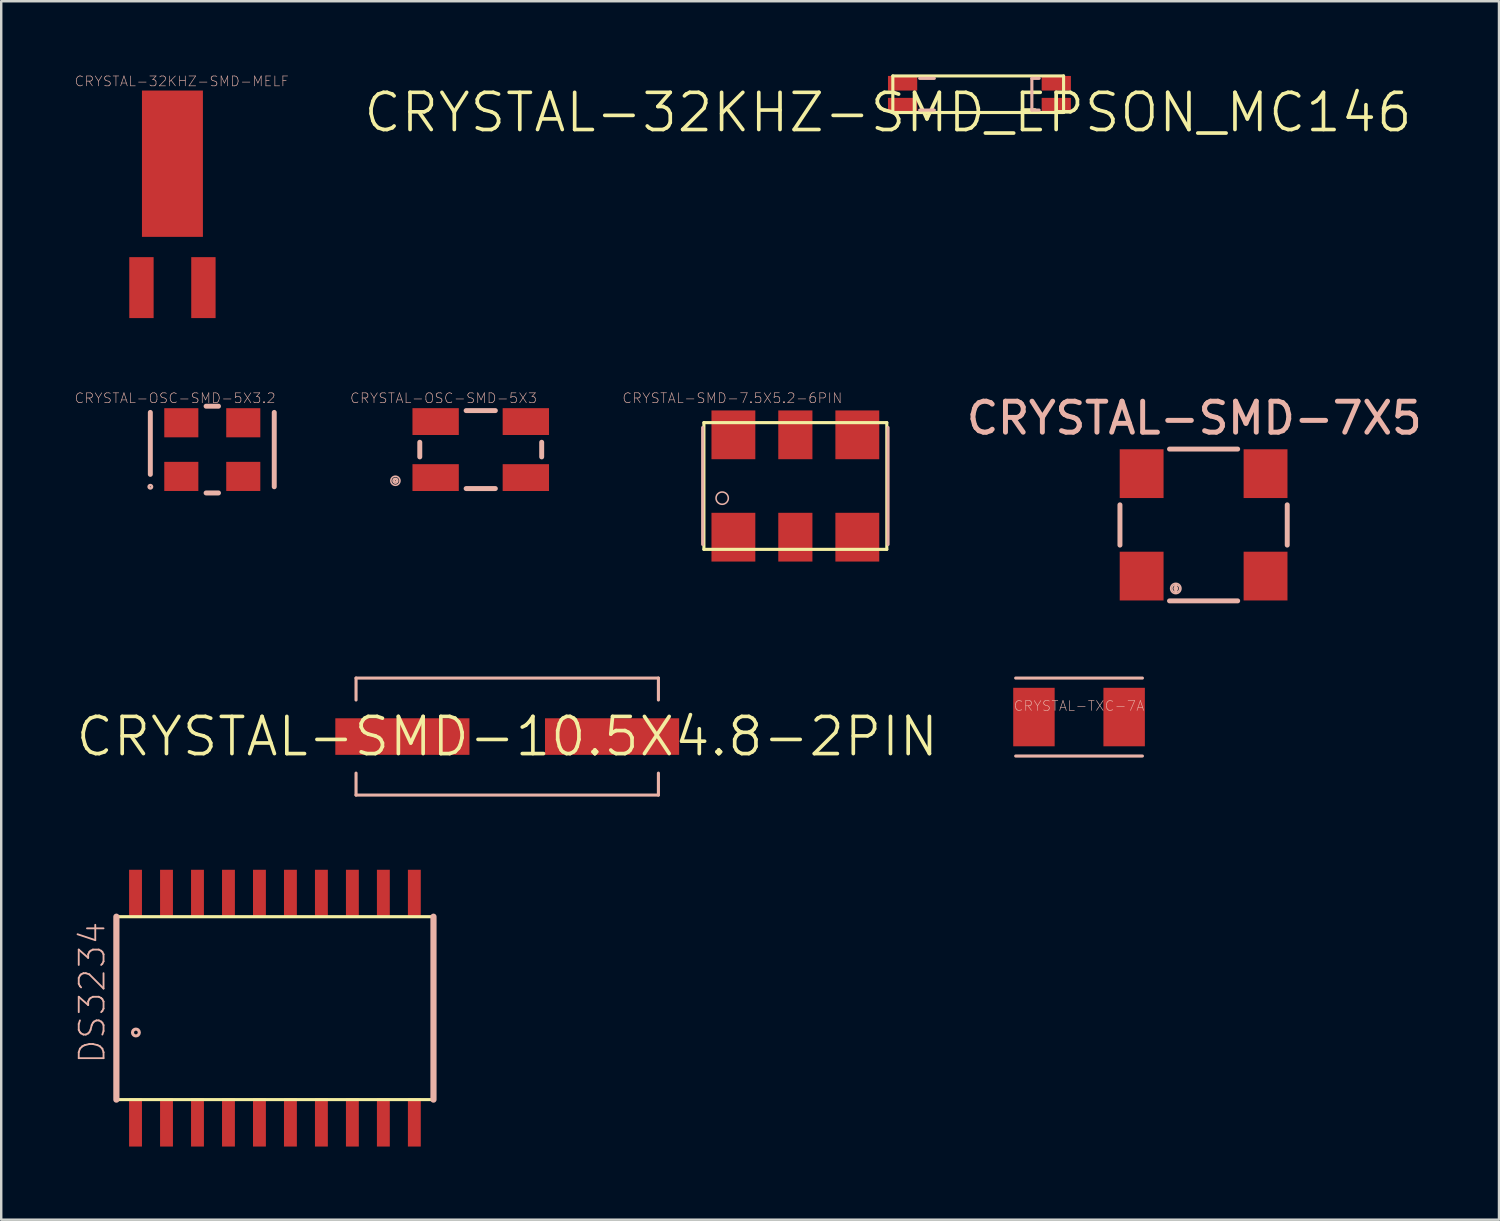
<source format=kicad_pcb>
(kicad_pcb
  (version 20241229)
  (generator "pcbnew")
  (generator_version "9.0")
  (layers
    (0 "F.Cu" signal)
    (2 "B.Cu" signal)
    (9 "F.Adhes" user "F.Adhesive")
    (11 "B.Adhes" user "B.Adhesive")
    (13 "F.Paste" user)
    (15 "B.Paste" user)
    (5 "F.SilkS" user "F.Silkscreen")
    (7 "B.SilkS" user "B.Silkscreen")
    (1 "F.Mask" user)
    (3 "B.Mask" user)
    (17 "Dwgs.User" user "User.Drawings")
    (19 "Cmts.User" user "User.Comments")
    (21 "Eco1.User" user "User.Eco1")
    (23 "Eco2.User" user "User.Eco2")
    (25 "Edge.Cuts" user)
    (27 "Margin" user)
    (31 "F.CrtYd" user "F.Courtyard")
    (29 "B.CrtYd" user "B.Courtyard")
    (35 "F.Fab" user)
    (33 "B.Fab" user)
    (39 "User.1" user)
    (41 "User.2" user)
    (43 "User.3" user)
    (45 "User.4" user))
  (footprint "CRYSTAL-OSC-SMD-5X3.2"
    (layer "F.Cu")
    (at 5.653 15.381)
    (property "Reference" "CRYSTAL-OSC-SMD-5X3.2" (at -1.524 -2.108 0) (layer "B.SilkS") (effects (font (size 0.406 0.406) (thickness 0.025))))
    (attr smd)
    (fp_line (start -2.54 -1.524) (end -2.54 1.016) (stroke (width 0.203) (type solid)) (layer "B.SilkS"))
    (fp_line (start -0.254 -1.778) (end 0.254 -1.778) (stroke (width 0.203) (type solid)) (layer "B.SilkS"))
    (fp_line (start 0.254 1.778) (end -0.254 1.778) (stroke (width 0.203) (type solid)) (layer "B.SilkS"))
    (fp_line (start 2.54 -1.524) (end 2.54 1.524) (stroke (width 0.203) (type solid)) (layer "B.SilkS"))
    (fp_circle (center -2.54 1.524) (end -2.603 1.587) (stroke (width 0.064) (type solid)) (fill no) (layer "B.SilkS"))
    (fp_circle (center -2.54 1.524) (end -2.553 1.537) (stroke (width 0.064) (type solid)) (fill no) (layer "B.SilkS"))
    (pad "1" smd rect (at -1.27 1.1) (size 1.397 1.194) (layers "F.Cu" "F.Mask" "F.Paste"))
    (pad "2" smd rect (at 1.27 1.1) (size 1.397 1.194) (layers "F.Cu" "F.Mask" "F.Paste"))
    (pad "3" smd rect (at 1.27 -1.1) (size 1.397 1.194) (layers "F.Cu" "F.Mask" "F.Paste"))
    (pad "4" smd rect (at -1.27 -1.1) (size 1.397 1.194) (layers "F.Cu" "F.Mask" "F.Paste")))
  (footprint "DS3234"
    (layer "F.Cu")
    (at 8.221 38.28)
    (property "Reference" "DS3234" (at -7.493 -0.635 90) (layer "B.SilkS") (effects (font (size 1.016 1.016) (thickness 0.076))))
    (attr smd)
    (fp_line (start 6.5 -3.749) (end -6.5 -3.749) (stroke (width 0.127) (type solid)) (layer "F.SilkS"))
    (fp_line (start 6.5 3.749) (end -6.5 3.749) (stroke (width 0.127) (type solid)) (layer "F.SilkS"))
    (fp_line (start -6.5 -3.749) (end -6.5 3.749) (stroke (width 0.254) (type solid)) (layer "B.SilkS"))
    (fp_line (start 6.5 -3.749) (end 6.5 3.749) (stroke (width 0.254) (type solid)) (layer "B.SilkS"))
    (fp_circle (center -5.7 0.998) (end -5.799 1.097) (stroke (width 0.127) (type solid)) (fill no) (layer "B.SilkS"))
    (pad "1" smd rect (at -5.715 4.684 180) (size 0.528 1.979) (layers "F.Cu" "F.Mask" "F.Paste"))
    (pad "2" smd rect (at -4.445 4.684 180) (size 0.528 1.979) (layers "F.Cu" "F.Mask" "F.Paste"))
    (pad "3" smd rect (at -3.175 4.684 180) (size 0.528 1.979) (layers "F.Cu" "F.Mask" "F.Paste"))
    (pad "4" smd rect (at -1.905 4.684 180) (size 0.528 1.979) (layers "F.Cu" "F.Mask" "F.Paste"))
    (pad "5" smd rect (at -0.635 4.684 180) (size 0.528 1.979) (layers "F.Cu" "F.Mask" "F.Paste"))
    (pad "6" smd rect (at 0.635 4.684 180) (size 0.528 1.979) (layers "F.Cu" "F.Mask" "F.Paste"))
    (pad "7" smd rect (at 1.905 4.684 180) (size 0.528 1.979) (layers "F.Cu" "F.Mask" "F.Paste"))
    (pad "8" smd rect (at 3.175 4.684 180) (size 0.528 1.979) (layers "F.Cu" "F.Mask" "F.Paste"))
    (pad "9" smd rect (at 4.445 4.684 180) (size 0.528 1.979) (layers "F.Cu" "F.Mask" "F.Paste"))
    (pad "10" smd rect (at 5.715 4.684 180) (size 0.528 1.979) (layers "F.Cu" "F.Mask" "F.Paste"))
    (pad "11" smd rect (at 5.715 -4.684 180) (size 0.528 1.979) (layers "F.Cu" "F.Mask" "F.Paste"))
    (pad "12" smd rect (at 4.445 -4.684 180) (size 0.528 1.979) (layers "F.Cu" "F.Mask" "F.Paste"))
    (pad "13" smd rect (at 3.175 -4.684 180) (size 0.528 1.979) (layers "F.Cu" "F.Mask" "F.Paste"))
    (pad "14" smd rect (at 1.905 -4.684 180) (size 0.528 1.979) (layers "F.Cu" "F.Mask" "F.Paste"))
    (pad "15" smd rect (at 0.635 -4.684 180) (size 0.528 1.979) (layers "F.Cu" "F.Mask" "F.Paste"))
    (pad "16" smd rect (at -0.635 -4.684 180) (size 0.528 1.979) (layers "F.Cu" "F.Mask" "F.Paste"))
    (pad "17" smd rect (at -1.905 -4.684 180) (size 0.528 1.979) (layers "F.Cu" "F.Mask" "F.Paste"))
    (pad "18" smd rect (at -3.175 -4.684 180) (size 0.528 1.979) (layers "F.Cu" "F.Mask" "F.Paste"))
    (pad "19" smd rect (at -4.445 -4.684 180) (size 0.528 1.979) (layers "F.Cu" "F.Mask" "F.Paste"))
    (pad "20" smd rect (at -5.715 -4.684 180) (size 0.528 1.979) (layers "F.Cu" "F.Mask" "F.Paste")))
  (footprint "CRYSTAL-SMD-10.5X4.8-2PIN"
    (layer "F.Cu")
    (at 17.744 27.146)
    (property "Reference" "CRYSTAL-SMD-10.5X4.8-2PIN" (at 0 0 0) (layer "F.SilkS") (effects (font (size 1.524 1.524) (thickness 0.15))))
    (attr smd)
    (fp_line (start -6.198 -2.398) (end 6.198 -2.398) (stroke (width 0.127) (type solid)) (layer "B.SilkS"))
    (fp_line (start -6.198 -1.499) (end -6.198 -2.398) (stroke (width 0.127) (type solid)) (layer "B.SilkS"))
    (fp_line (start -6.198 1.499) (end -6.198 2.398) (stroke (width 0.127) (type solid)) (layer "B.SilkS"))
    (fp_line (start -6.198 2.398) (end 6.198 2.398) (stroke (width 0.127) (type solid)) (layer "B.SilkS"))
    (fp_line (start 6.198 -2.398) (end 6.198 -1.499) (stroke (width 0.127) (type solid)) (layer "B.SilkS"))
    (fp_line (start 6.198 2.398) (end 6.198 1.499) (stroke (width 0.127) (type solid)) (layer "B.SilkS"))
    (pad "P$1" smd rect (at -4.298 0) (size 5.499 1.499) (layers "F.Cu" "F.Mask" "F.Paste"))
    (pad "P$2" smd rect (at 4.298 0) (size 5.499 1.499) (layers "F.Cu" "F.Mask" "F.Paste")))
  (footprint "CRYSTAL-32KHZ-SMD-MELF"
    (layer "F.Cu")
    (at 4.019 8.741)
    (property "Reference" "CRYSTAL-32KHZ-SMD-MELF" (at 0.381 -8.458 0) (layer "B.SilkS") (effects (font (size 0.406 0.406) (thickness 0.025))))
    (attr smd)
    (pad "SHEI" smd rect (at 0 -5.08) (size 2.499 5.999) (layers "F.Cu" "F.Mask" "F.Paste"))
    (pad "X1" smd rect (at -1.27 0) (size 0.998 2.499) (layers "F.Cu" "F.Mask" "F.Paste"))
    (pad "X2" smd rect (at 1.27 0) (size 0.998 2.499) (layers "F.Cu" "F.Mask" "F.Paste")))
  (footprint "CRYSTAL-SMD-7X5"
    (layer "F.Cu")
    (at 43.752 20.567)
    (property "Reference" "CRYSTAL-SMD-7X5" (at 2.159 -6.477 0) (layer "B.SilkS") (effects (font (size 1.27 1.27) (thickness 0.203))))
    (attr smd)
    (fp_line (start -0.889 -1.27) (end -0.889 -2.921) (stroke (width 0.203) (type solid)) (layer "B.SilkS"))
    (fp_line (start 1.4 0.409) (end 1.4 0.607) (stroke (width 0.127) (type solid)) (layer "B.SilkS"))
    (fp_line (start 3.937 -5.207) (end 1.143 -5.207) (stroke (width 0.203) (type solid)) (layer "B.SilkS"))
    (fp_line (start 3.937 1.016) (end 1.143 1.016) (stroke (width 0.203) (type solid)) (layer "B.SilkS"))
    (fp_line (start 5.969 -1.27) (end 5.969 -2.921) (stroke (width 0.203) (type solid)) (layer "B.SilkS"))
    (fp_circle (center 1.4 0.508) (end 1.448 0.556) (stroke (width 0.064) (type solid)) (fill no) (layer "B.SilkS"))
    (fp_circle (center 1.4 0.508) (end 1.511 0.62) (stroke (width 0.064) (type solid)) (fill no) (layer "B.SilkS"))
    (fp_circle (center 1.4 0.508) (end 1.549 0.658) (stroke (width 0.064) (type solid)) (fill no) (layer "B.SilkS"))
    (pad "P$1" smd rect (at 0 0 90) (size 1.999 1.798) (layers "F.Cu" "F.Mask" "F.Paste"))
    (pad "P$2" smd rect (at 5.08 0 90) (size 1.999 1.798) (layers "F.Cu" "F.Mask" "F.Paste"))
    (pad "P$3" smd rect (at 5.08 -4.199 90) (size 1.999 1.798) (layers "F.Cu" "F.Mask" "F.Paste"))
    (pad "P$4" smd rect (at 0 -4.199 90) (size 1.999 1.798) (layers "F.Cu" "F.Mask" "F.Paste")))
  (footprint "CRYSTAL-SMD-7.5X5.2-6PIN"
    (layer "F.Cu")
    (at 29.556 16.874)
    (property "Reference" "CRYSTAL-SMD-7.5X5.2-6PIN" (at -2.583 -3.602 0) (layer "B.SilkS") (effects (font (size 0.406 0.406) (thickness 0.025))))
    (attr smd)
    (fp_line (start -3.749 -2.598) (end -3.749 2.598) (stroke (width 0.127) (type solid)) (layer "F.SilkS"))
    (fp_line (start -3.749 2.598) (end 3.749 2.598) (stroke (width 0.127) (type solid)) (layer "F.SilkS"))
    (fp_line (start 3.749 -2.598) (end -3.749 -2.598) (stroke (width 0.127) (type solid)) (layer "F.SilkS"))
    (fp_line (start 3.749 2.598) (end 3.749 -2.598) (stroke (width 0.127) (type solid)) (layer "F.SilkS"))
    (fp_line (start -3.8 -2.398) (end -3.8 2.398) (stroke (width 0.127) (type solid)) (layer "B.SilkS"))
    (fp_line (start 3.8 -2.398) (end 3.8 2.398) (stroke (width 0.127) (type solid)) (layer "B.SilkS"))
    (fp_circle (center -3 0.498) (end -3.178 0.676) (stroke (width 0.064) (type solid)) (fill no) (layer "B.SilkS"))
    (pad "1" smd rect (at -2.54 2.098 90) (size 1.999 1.798) (layers "F.Cu" "F.Mask" "F.Paste"))
    (pad "2" smd rect (at 2.54 2.098 90) (size 1.999 1.798) (layers "F.Cu" "F.Mask" "F.Paste"))
    (pad "3" smd rect (at 2.54 -2.098 90) (size 1.999 1.798) (layers "F.Cu" "F.Mask" "F.Paste"))
    (pad "4" smd rect (at -2.54 -2.098 90) (size 1.999 1.798) (layers "F.Cu" "F.Mask" "F.Paste"))
    (pad "NC0" smd rect (at 0 2.098 90) (size 1.999 1.4) (layers "F.Cu" "F.Mask" "F.Paste"))
    (pad "NC1" smd rect (at 0 -2.098 90) (size 1.999 1.4) (layers "F.Cu" "F.Mask" "F.Paste")))
  (footprint "CRYSTAL-32KHZ-SMD_EPSON_MC146"
    (layer "F.Cu")
    (at 33.354 1.562)
    (property "Reference" "CRYSTAL-32KHZ-SMD_EPSON_MC146" (at 0 0 0) (layer "F.SilkS") (effects (font (size 1.524 1.524) (thickness 0.15))))
    (attr smd)
    (fp_line (start 0.198 -1.499) (end 0.198 0) (stroke (width 0.127) (type solid)) (layer "F.SilkS"))
    (fp_line (start 0.198 0) (end 7.198 0) (stroke (width 0.127) (type solid)) (layer "F.SilkS"))
    (fp_line (start 7.198 -1.499) (end 0.198 -1.499) (stroke (width 0.127) (type solid)) (layer "F.SilkS"))
    (fp_line (start 7.198 0) (end 7.198 -1.499) (stroke (width 0.127) (type solid)) (layer "F.SilkS"))
    (fp_line (start 1.298 -1.4) (end 1.9 -1.4) (stroke (width 0.127) (type solid)) (layer "B.SilkS"))
    (fp_line (start 1.298 -0.099) (end 1.9 -0.099) (stroke (width 0.127) (type solid)) (layer "B.SilkS"))
    (fp_line (start 5.898 -1.4) (end 5.898 -0.099) (stroke (width 0.127) (type solid)) (layer "B.SilkS"))
    (fp_line (start 5.898 -0.099) (end 6.198 -0.099) (stroke (width 0.127) (type solid)) (layer "B.SilkS"))
    (fp_line (start 6.198 -1.4) (end 5.898 -1.4) (stroke (width 0.127) (type solid)) (layer "B.SilkS"))
    (pad "NC1" smd rect (at 6.899 -1.199) (size 1.199 0.599) (layers "F.Cu" "F.Mask" "F.Paste"))
    (pad "NC2" smd rect (at 6.899 -0.3) (size 1.199 0.599) (layers "F.Cu" "F.Mask" "F.Paste"))
    (pad "P$1" smd rect (at 0.599 -0.3) (size 1.199 0.599) (layers "F.Cu" "F.Mask" "F.Paste"))
    (pad "P$2" smd rect (at 0.599 -1.199) (size 1.199 0.599) (layers "F.Cu" "F.Mask" "F.Paste")))
  (footprint "CRYSTAL-OSC-SMD-5X3"
    (layer "F.Cu")
    (at 16.658 15.381)
    (property "Reference" "CRYSTAL-OSC-SMD-5X3" (at -1.524 -2.108 0) (layer "B.SilkS") (effects (font (size 0.406 0.406) (thickness 0.025))))
    (attr smd)
    (fp_line (start -2.499 -0.3) (end -2.499 0.3) (stroke (width 0.203) (type solid)) (layer "B.SilkS"))
    (fp_line (start -0.599 -1.598) (end 0.599 -1.598) (stroke (width 0.203) (type solid)) (layer "B.SilkS"))
    (fp_line (start 0.599 1.598) (end -0.599 1.598) (stroke (width 0.203) (type solid)) (layer "B.SilkS"))
    (fp_line (start 2.499 -0.3) (end 2.499 0.3) (stroke (width 0.203) (type solid)) (layer "B.SilkS"))
    (fp_circle (center -3.498 1.278) (end -3.63 1.41) (stroke (width 0.064) (type solid)) (fill no) (layer "B.SilkS"))
    (fp_circle (center -3.498 1.278) (end -3.569 1.349) (stroke (width 0.064) (type solid)) (fill no) (layer "B.SilkS"))
    (fp_circle (center -3.498 1.278) (end -3.51 1.29) (stroke (width 0.064) (type solid)) (fill no) (layer "B.SilkS"))
    (pad "1" smd rect (at -1.849 1.148) (size 1.9 1.1) (layers "F.Cu" "F.Mask" "F.Paste"))
    (pad "2" smd rect (at 1.849 1.148) (size 1.9 1.1) (layers "F.Cu" "F.Mask" "F.Paste"))
    (pad "3" smd rect (at 1.849 -1.148) (size 1.9 1.1) (layers "F.Cu" "F.Mask" "F.Paste"))
    (pad "4" smd rect (at -1.849 -1.148) (size 1.9 1.1) (layers "F.Cu" "F.Mask" "F.Paste")))
  (footprint "CRYSTAL-TXC-7A"
    (layer "F.Cu")
    (at 41.186 26.346)
    (property "Reference" "CRYSTAL-TXC-7A" (at 0 -0.457 0) (layer "B.SilkS") (effects (font (size 0.406 0.406) (thickness 0.025))))
    (attr smd)
    (fp_line (start -2.598 -1.598) (end 2.598 -1.598) (stroke (width 0.127) (type solid)) (layer "B.SilkS"))
    (fp_line (start 2.598 1.598) (end -2.598 1.598) (stroke (width 0.127) (type solid)) (layer "B.SilkS"))
    (pad "P$1" smd rect (at 1.849 0) (size 1.699 2.398) (layers "F.Cu" "F.Mask" "F.Paste"))
    (pad "P$2" smd rect (at -1.849 0) (size 1.699 2.398) (layers "F.Cu" "F.Mask" "F.Paste")))
  (gr_rect
    (start -3 -3)
    (end 58.402 46.953)
    (stroke (width 0.1) (type default))
    (fill no)
    (layer "Edge.Cuts")))
</source>
